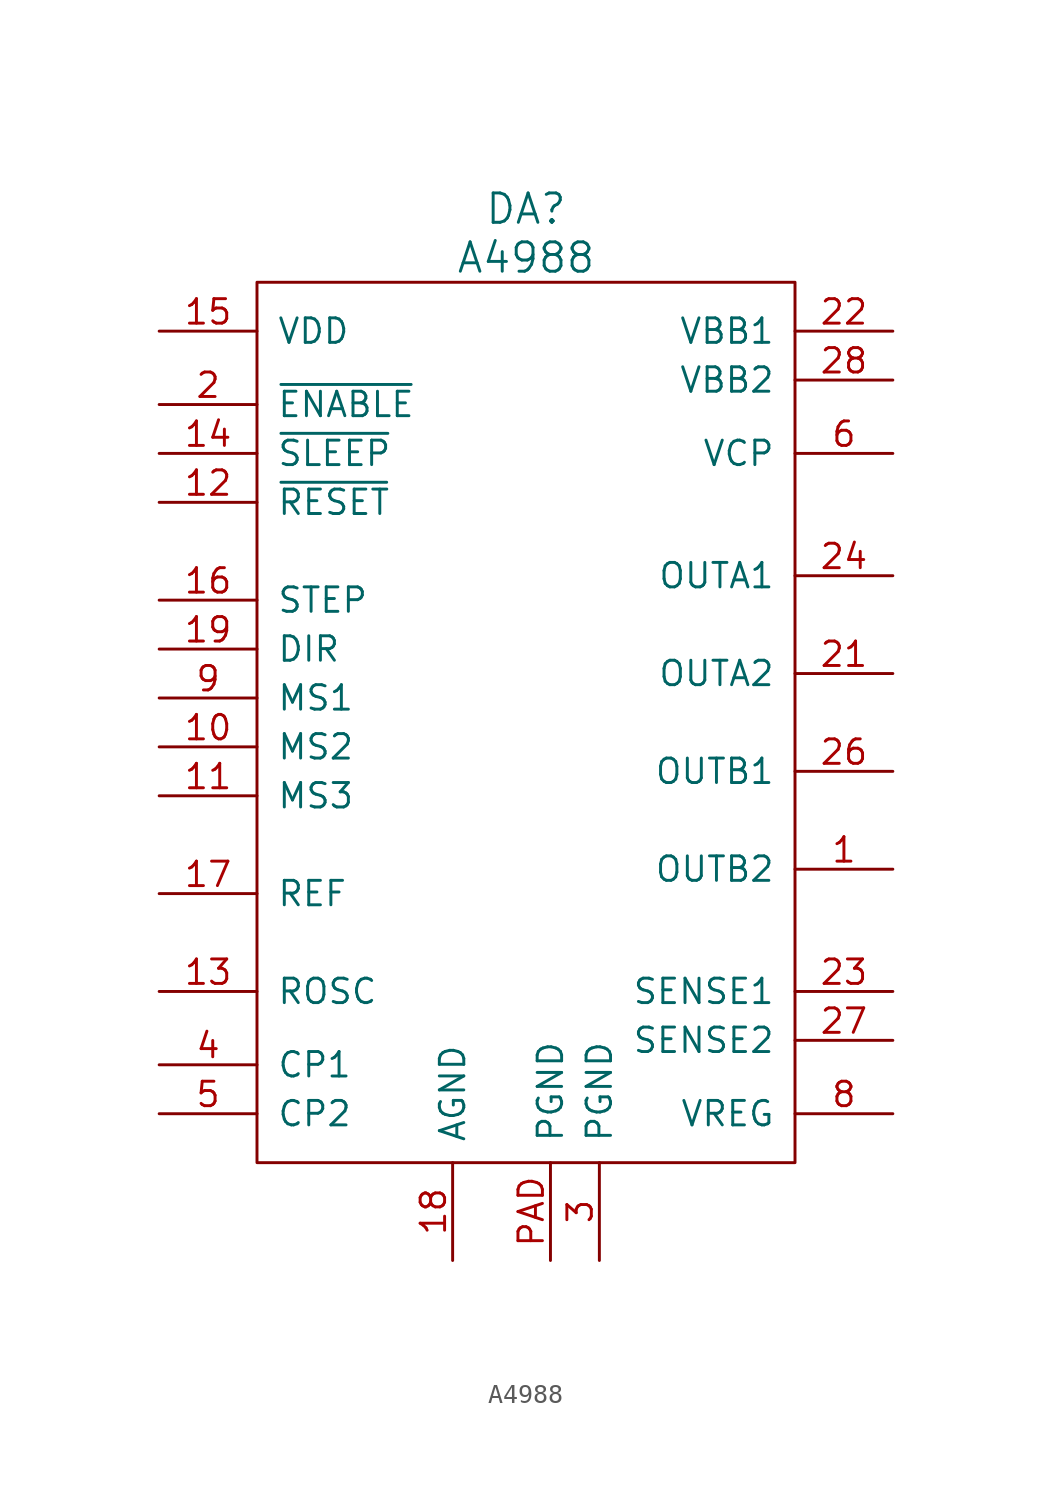
<source format=kicad_sym>
(kicad_symbol_lib
  (version 20220914)
  (generator kicad_symbol_editor)
  (symbol "A4988"
    (pin_names
      (offset 1.016))
    (property "Reference" "DA"
      (at 0 26.67 0)
      (effects (font (size 1.524 1.524))))
    (property "Value" "A4988"
      (at 0 24.13 0)
      (effects (font (size 1.524 1.524))))
    (property "Datasheet" ""
      (at 7.62 0 0)
      (effects (font (size 1.524 1.524))))
    (symbol "A4988_0_1"
      (rectangle (start -13.97 22.86) (end 13.97 -22.86) (stroke (width 0) (type solid)) (fill (type none))))
    (symbol "A4988_1_1"
      (pin passive line (at 19.05 -7.62 180) (length 5.08) (name "OUTB2" (effects (font (size 1.27 1.27)))) (number "1" (effects (font (size 1.27 1.27)))))
      (pin passive line (at -19.05 -1.27 0) (length 5.08) (name "MS2" (effects (font (size 1.27 1.27)))) (number "10" (effects (font (size 1.27 1.27)))))
      (pin passive line (at -19.05 -3.81 0) (length 5.08) (name "MS3" (effects (font (size 1.27 1.27)))) (number "11" (effects (font (size 1.27 1.27)))))
      (pin passive line (at -19.05 11.43 0) (length 5.08) (name "~{RESET}" (effects (font (size 1.27 1.27)))) (number "12" (effects (font (size 1.27 1.27)))))
      (pin passive line (at -19.05 -13.97 0) (length 5.08) (name "ROSC" (effects (font (size 1.27 1.27)))) (number "13" (effects (font (size 1.27 1.27)))))
      (pin passive line (at -19.05 13.97 0) (length 5.08) (name "~{SLEEP}" (effects (font (size 1.27 1.27)))) (number "14" (effects (font (size 1.27 1.27)))))
      (pin power_in line (at -19.05 20.32 0) (length 5.08) (name "VDD" (effects (font (size 1.27 1.27)))) (number "15" (effects (font (size 1.27 1.27)))))
      (pin passive line (at -19.05 6.35 0) (length 5.08) (name "STEP" (effects (font (size 1.27 1.27)))) (number "16" (effects (font (size 1.27 1.27)))))
      (pin passive line (at -19.05 -8.89 0) (length 5.08) (name "REF" (effects (font (size 1.27 1.27)))) (number "17" (effects (font (size 1.27 1.27)))))
      (pin power_in line (at -3.81 -27.94 90) (length 5.08) (name "AGND" (effects (font (size 1.27 1.27)))) (number "18" (effects (font (size 1.27 1.27)))))
      (pin passive line (at -19.05 3.81 0) (length 5.08) (name "DIR" (effects (font (size 1.27 1.27)))) (number "19" (effects (font (size 1.27 1.27)))))
      (pin passive line (at -19.05 16.51 0) (length 5.08) (name "~{ENABLE}" (effects (font (size 1.27 1.27)))) (number "2" (effects (font (size 1.27 1.27)))))
      (pin no_connect line (at -8.89 -27.94 90) (length 5.08) hide (name "NC" (effects (font (size 1.27 1.27)))) (number "20" (effects (font (size 1.27 1.27)))))
      (pin passive line (at 19.05 2.54 180) (length 5.08) (name "OUTA2" (effects (font (size 1.27 1.27)))) (number "21" (effects (font (size 1.27 1.27)))))
      (pin power_in line (at 19.05 20.32 180) (length 5.08) (name "VBB1" (effects (font (size 1.27 1.27)))) (number "22" (effects (font (size 1.27 1.27)))))
      (pin passive line (at 19.05 -13.97 180) (length 5.08) (name "SENSE1" (effects (font (size 1.27 1.27)))) (number "23" (effects (font (size 1.27 1.27)))))
      (pin passive line (at 19.05 7.62 180) (length 5.08) (name "OUTA1" (effects (font (size 1.27 1.27)))) (number "24" (effects (font (size 1.27 1.27)))))
      (pin no_connect line (at -6.35 -27.94 90) (length 5.08) hide (name "NC" (effects (font (size 1.27 1.27)))) (number "25" (effects (font (size 1.27 1.27)))))
      (pin passive line (at 19.05 -2.54 180) (length 5.08) (name "OUTB1" (effects (font (size 1.27 1.27)))) (number "26" (effects (font (size 1.27 1.27)))))
      (pin passive line (at 19.05 -16.51 180) (length 5.08) (name "SENSE2" (effects (font (size 1.27 1.27)))) (number "27" (effects (font (size 1.27 1.27)))))
      (pin power_in line (at 19.05 17.78 180) (length 5.08) (name "VBB2" (effects (font (size 1.27 1.27)))) (number "28" (effects (font (size 1.27 1.27)))))
      (pin power_in line (at 3.81 -27.94 90) (length 5.08) (name "PGND" (effects (font (size 1.27 1.27)))) (number "3" (effects (font (size 1.27 1.27)))))
      (pin passive line (at -19.05 -17.78 0) (length 5.08) (name "CP1" (effects (font (size 1.27 1.27)))) (number "4" (effects (font (size 1.27 1.27)))))
      (pin passive line (at -19.05 -20.32 0) (length 5.08) (name "CP2" (effects (font (size 1.27 1.27)))) (number "5" (effects (font (size 1.27 1.27)))))
      (pin passive line (at 19.05 13.97 180) (length 5.08) (name "VCP" (effects (font (size 1.27 1.27)))) (number "6" (effects (font (size 1.27 1.27)))))
      (pin no_connect line (at -11.43 -27.94 90) (length 5.08) hide (name "NC" (effects (font (size 1.27 1.27)))) (number "7" (effects (font (size 1.27 1.27)))))
      (pin passive line (at 19.05 -20.32 180) (length 5.08) (name "VREG" (effects (font (size 1.27 1.27)))) (number "8" (effects (font (size 1.27 1.27)))))
      (pin passive line (at -19.05 1.27 0) (length 5.08) (name "MS1" (effects (font (size 1.27 1.27)))) (number "9" (effects (font (size 1.27 1.27)))))
      (pin passive line (at 1.27 -27.94 90) (length 5.08) (name "PGND" (effects (font (size 1.27 1.27)))) (number "PAD" (effects (font (size 1.27 1.27))))))))
</source>
